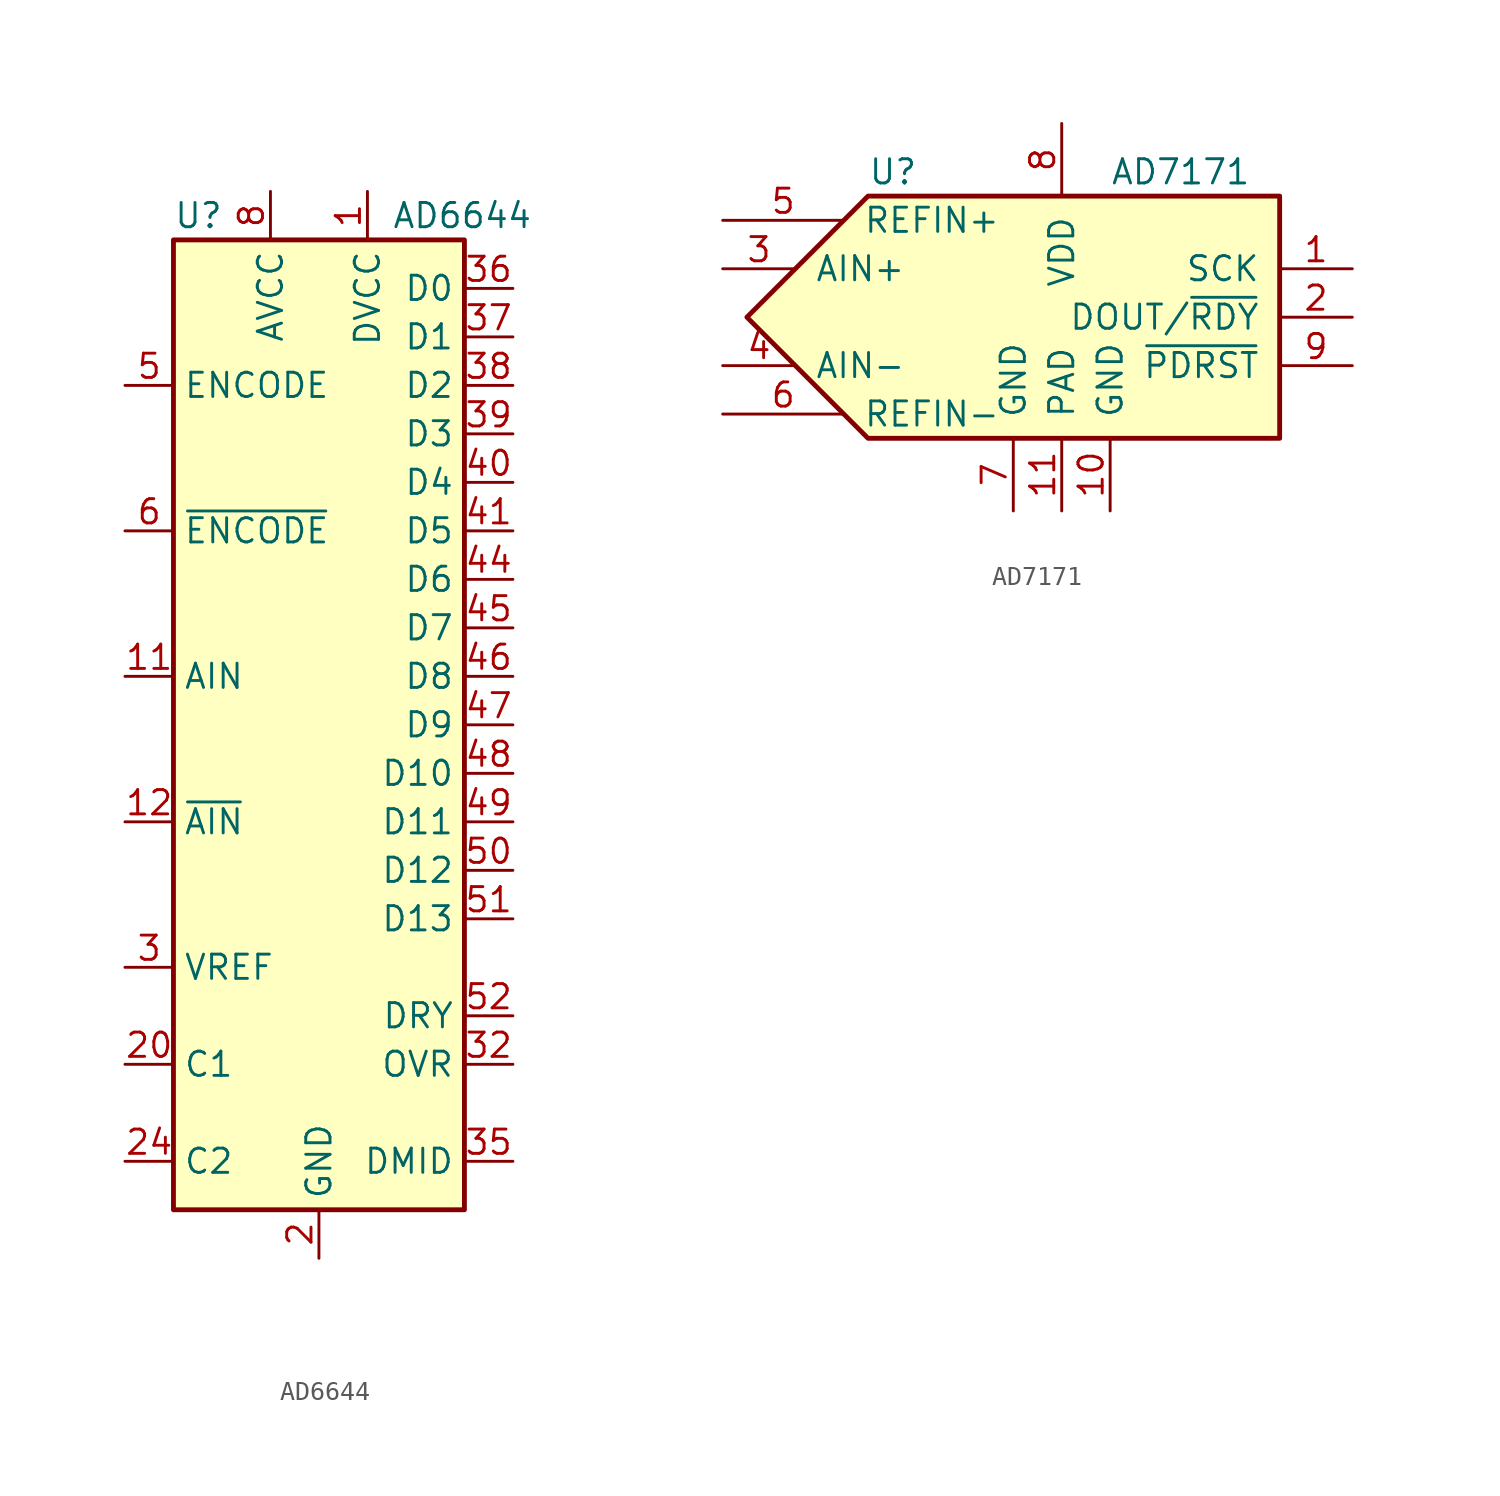
<source format=kicad_sym>
(kicad_symbol_lib
  (version 20201005)
  (generator kicad_symbol_editor)
  (symbol "AD6644"
    (property "Reference" "U"
      (at -7.62 26.67 0)
      (effects (font (size 1.27 1.27)) (justify left)))
    (property "Value" "AD6644"
      (at 3.81 26.67 0)
      (effects (font (size 1.27 1.27)) (justify left)))
    (symbol "AD6644_0_1"
      (rectangle (start -7.62 25.4) (end 7.62 -25.4) (stroke (width 0.254)) (fill (type background))))
    (symbol "AD6644_1_1"
      (pin power_in line (at 2.54 27.94 270) (length 2.54) (name "DVCC" (effects (font (size 1.27 1.27)))) (number "1" (effects (font (size 1.27 1.27)))))
      (pin passive line (at 0 -27.94 90) (length 2.54) hide (name "GND" (effects (font (size 1.27 1.27)))) (number "10" (effects (font (size 1.27 1.27)))))
      (pin input line (at -10.16 2.54 0) (length 2.54) (name "AIN" (effects (font (size 1.27 1.27)))) (number "11" (effects (font (size 1.27 1.27)))))
      (pin input line (at -10.16 -5.08 0) (length 2.54) (name "~AIN" (effects (font (size 1.27 1.27)))) (number "12" (effects (font (size 1.27 1.27)))))
      (pin passive line (at 0 -27.94 90) (length 2.54) hide (name "GND" (effects (font (size 1.27 1.27)))) (number "13" (effects (font (size 1.27 1.27)))))
      (pin passive line (at -2.54 27.94 270) (length 2.54) hide (name "AVCC" (effects (font (size 1.27 1.27)))) (number "14" (effects (font (size 1.27 1.27)))))
      (pin passive line (at 0 -27.94 90) (length 2.54) hide (name "GND" (effects (font (size 1.27 1.27)))) (number "15" (effects (font (size 1.27 1.27)))))
      (pin passive line (at -2.54 27.94 270) (length 2.54) hide (name "AVCC" (effects (font (size 1.27 1.27)))) (number "16" (effects (font (size 1.27 1.27)))))
      (pin passive line (at 0 -27.94 90) (length 2.54) hide (name "GND" (effects (font (size 1.27 1.27)))) (number "17" (effects (font (size 1.27 1.27)))))
      (pin passive line (at -2.54 27.94 270) (length 2.54) hide (name "AVCC" (effects (font (size 1.27 1.27)))) (number "18" (effects (font (size 1.27 1.27)))))
      (pin passive line (at 0 -27.94 90) (length 2.54) hide (name "GND" (effects (font (size 1.27 1.27)))) (number "19" (effects (font (size 1.27 1.27)))))
      (pin power_in line (at 0 -27.94 90) (length 2.54) (name "GND" (effects (font (size 1.27 1.27)))) (number "2" (effects (font (size 1.27 1.27)))))
      (pin passive line (at -10.16 -17.78 0) (length 2.54) (name "C1" (effects (font (size 1.27 1.27)))) (number "20" (effects (font (size 1.27 1.27)))))
      (pin passive line (at 0 -27.94 90) (length 2.54) hide (name "GND" (effects (font (size 1.27 1.27)))) (number "21" (effects (font (size 1.27 1.27)))))
      (pin passive line (at -2.54 27.94 270) (length 2.54) hide (name "AVCC" (effects (font (size 1.27 1.27)))) (number "22" (effects (font (size 1.27 1.27)))))
      (pin passive line (at 0 -27.94 90) (length 2.54) hide (name "GND" (effects (font (size 1.27 1.27)))) (number "23" (effects (font (size 1.27 1.27)))))
      (pin passive line (at -10.16 -22.86 0) (length 2.54) (name "C2" (effects (font (size 1.27 1.27)))) (number "24" (effects (font (size 1.27 1.27)))))
      (pin passive line (at 0 -27.94 90) (length 2.54) hide (name "GND" (effects (font (size 1.27 1.27)))) (number "25" (effects (font (size 1.27 1.27)))))
      (pin passive line (at -2.54 27.94 270) (length 2.54) hide (name "AVCC" (effects (font (size 1.27 1.27)))) (number "26" (effects (font (size 1.27 1.27)))))
      (pin passive line (at 0 -27.94 90) (length 2.54) hide (name "GND" (effects (font (size 1.27 1.27)))) (number "27" (effects (font (size 1.27 1.27)))))
      (pin passive line (at -2.54 27.94 270) (length 2.54) hide (name "AVCC" (effects (font (size 1.27 1.27)))) (number "28" (effects (font (size 1.27 1.27)))))
      (pin passive line (at 0 -27.94 90) (length 2.54) hide (name "GND" (effects (font (size 1.27 1.27)))) (number "29" (effects (font (size 1.27 1.27)))))
      (pin passive line (at -10.16 -12.7 0) (length 2.54) (name "VREF" (effects (font (size 1.27 1.27)))) (number "3" (effects (font (size 1.27 1.27)))))
      (pin passive line (at -2.54 27.94 270) (length 2.54) hide (name "AVCC" (effects (font (size 1.27 1.27)))) (number "30" (effects (font (size 1.27 1.27)))))
      (pin no_connect line (at 7.62 -12.7 180) (length 2.54) hide (name "DNC" (effects (font (size 1.27 1.27)))) (number "31" (effects (font (size 1.27 1.27)))))
      (pin output line (at 10.16 -17.78 180) (length 2.54) (name "OVR" (effects (font (size 1.27 1.27)))) (number "32" (effects (font (size 1.27 1.27)))))
      (pin passive line (at 2.54 27.94 270) (length 2.54) hide (name "DVCC" (effects (font (size 1.27 1.27)))) (number "33" (effects (font (size 1.27 1.27)))))
      (pin passive line (at 0 -27.94 90) (length 2.54) hide (name "GND" (effects (font (size 1.27 1.27)))) (number "34" (effects (font (size 1.27 1.27)))))
      (pin output line (at 10.16 -22.86 180) (length 2.54) (name "DMID" (effects (font (size 1.27 1.27)))) (number "35" (effects (font (size 1.27 1.27)))))
      (pin output line (at 10.16 22.86 180) (length 2.54) (name "D0" (effects (font (size 1.27 1.27)))) (number "36" (effects (font (size 1.27 1.27)))))
      (pin output line (at 10.16 20.32 180) (length 2.54) (name "D1" (effects (font (size 1.27 1.27)))) (number "37" (effects (font (size 1.27 1.27)))))
      (pin output line (at 10.16 17.78 180) (length 2.54) (name "D2" (effects (font (size 1.27 1.27)))) (number "38" (effects (font (size 1.27 1.27)))))
      (pin output line (at 10.16 15.24 180) (length 2.54) (name "D3" (effects (font (size 1.27 1.27)))) (number "39" (effects (font (size 1.27 1.27)))))
      (pin passive line (at 0 -27.94 90) (length 2.54) hide (name "GND" (effects (font (size 1.27 1.27)))) (number "4" (effects (font (size 1.27 1.27)))))
      (pin output line (at 10.16 12.7 180) (length 2.54) (name "D4" (effects (font (size 1.27 1.27)))) (number "40" (effects (font (size 1.27 1.27)))))
      (pin output line (at 10.16 10.16 180) (length 2.54) (name "D5" (effects (font (size 1.27 1.27)))) (number "41" (effects (font (size 1.27 1.27)))))
      (pin passive line (at 0 -27.94 90) (length 2.54) hide (name "GND" (effects (font (size 1.27 1.27)))) (number "42" (effects (font (size 1.27 1.27)))))
      (pin passive line (at 2.54 27.94 270) (length 2.54) hide (name "DVCC" (effects (font (size 1.27 1.27)))) (number "43" (effects (font (size 1.27 1.27)))))
      (pin output line (at 10.16 7.62 180) (length 2.54) (name "D6" (effects (font (size 1.27 1.27)))) (number "44" (effects (font (size 1.27 1.27)))))
      (pin output line (at 10.16 5.08 180) (length 2.54) (name "D7" (effects (font (size 1.27 1.27)))) (number "45" (effects (font (size 1.27 1.27)))))
      (pin output line (at 10.16 2.54 180) (length 2.54) (name "D8" (effects (font (size 1.27 1.27)))) (number "46" (effects (font (size 1.27 1.27)))))
      (pin output line (at 10.16 0 180) (length 2.54) (name "D9" (effects (font (size 1.27 1.27)))) (number "47" (effects (font (size 1.27 1.27)))))
      (pin output line (at 10.16 -2.54 180) (length 2.54) (name "D10" (effects (font (size 1.27 1.27)))) (number "48" (effects (font (size 1.27 1.27)))))
      (pin output line (at 10.16 -5.08 180) (length 2.54) (name "D11" (effects (font (size 1.27 1.27)))) (number "49" (effects (font (size 1.27 1.27)))))
      (pin input line (at -10.16 17.78 0) (length 2.54) (name "ENCODE" (effects (font (size 1.27 1.27)))) (number "5" (effects (font (size 1.27 1.27)))))
      (pin output line (at 10.16 -7.62 180) (length 2.54) (name "D12" (effects (font (size 1.27 1.27)))) (number "50" (effects (font (size 1.27 1.27)))))
      (pin output line (at 10.16 -10.16 180) (length 2.54) (name "D13" (effects (font (size 1.27 1.27)))) (number "51" (effects (font (size 1.27 1.27)))))
      (pin output line (at 10.16 -15.24 180) (length 2.54) (name "DRY" (effects (font (size 1.27 1.27)))) (number "52" (effects (font (size 1.27 1.27)))))
      (pin passive line (at 0 -27.94 90) (length 2.54) hide (name "GND" (effects (font (size 1.27 1.27)))) (number "53" (effects (font (size 1.27 1.27)))))
      (pin input line (at -10.16 10.16 0) (length 2.54) (name "~ENCODE" (effects (font (size 1.27 1.27)))) (number "6" (effects (font (size 1.27 1.27)))))
      (pin passive line (at 0 -27.94 90) (length 2.54) hide (name "GND" (effects (font (size 1.27 1.27)))) (number "7" (effects (font (size 1.27 1.27)))))
      (pin power_in line (at -2.54 27.94 270) (length 2.54) (name "AVCC" (effects (font (size 1.27 1.27)))) (number "8" (effects (font (size 1.27 1.27)))))
      (pin passive line (at -2.54 27.94 270) (length 2.54) hide (name "AVCC" (effects (font (size 1.27 1.27)))) (number "9" (effects (font (size 1.27 1.27)))))))
  (symbol "AD7171"
    (pin_names
      (offset 1.016))
    (property "Reference" "U"
      (at -10.16 7.62 0)
      (effects (font (size 1.27 1.27)) (justify left)))
    (property "Value" "AD7171"
      (at 2.54 7.62 0)
      (effects (font (size 1.27 1.27)) (justify left)))
    (symbol "AD7171_0_1"
      (polyline (pts (xy 11.43 6.35) (xy -10.16 6.35) (xy -16.51 0) (xy -10.16 -6.35) (xy 11.43 -6.35) (xy 11.43 6.35)) (stroke (width 0.254)) (fill (type background))))
    (symbol "AD7171_1_1"
      (pin input line (at 15.24 2.54 180) (length 3.81) (name "SCK" (effects (font (size 1.27 1.27)))) (number "1" (effects (font (size 1.27 1.27)))))
      (pin power_in line (at 2.54 -10.16 90) (length 3.81) (name "GND" (effects (font (size 1.27 1.27)))) (number "10" (effects (font (size 1.27 1.27)))))
      (pin power_in line (at 0 -10.16 90) (length 3.81) (name "PAD" (effects (font (size 1.27 1.27)))) (number "11" (effects (font (size 1.27 1.27)))))
      (pin tri_state line (at 15.24 0 180) (length 3.81) (name "DOUT/~RDY~" (effects (font (size 1.27 1.27)))) (number "2" (effects (font (size 1.27 1.27)))))
      (pin passive line (at -17.78 2.54 0) (length 3.81) (name "AIN+" (effects (font (size 1.27 1.27)))) (number "3" (effects (font (size 1.27 1.27)))))
      (pin passive line (at -17.78 -2.54 0) (length 3.81) (name "AIN-" (effects (font (size 1.27 1.27)))) (number "4" (effects (font (size 1.27 1.27)))))
      (pin passive line (at -17.78 5.08 0) (length 6.35) (name "REFIN+" (effects (font (size 1.27 1.27)))) (number "5" (effects (font (size 1.27 1.27)))))
      (pin passive line (at -17.78 -5.08 0) (length 6.35) (name "REFIN-" (effects (font (size 1.27 1.27)))) (number "6" (effects (font (size 1.27 1.27)))))
      (pin power_in line (at -2.54 -10.16 90) (length 3.81) (name "GND" (effects (font (size 1.27 1.27)))) (number "7" (effects (font (size 1.27 1.27)))))
      (pin power_in line (at 0 10.16 270) (length 3.81) (name "VDD" (effects (font (size 1.27 1.27)))) (number "8" (effects (font (size 1.27 1.27)))))
      (pin input line (at 15.24 -2.54 180) (length 3.81) (name "~PDRST" (effects (font (size 1.27 1.27)))) (number "9" (effects (font (size 1.27 1.27))))))))
</source>
